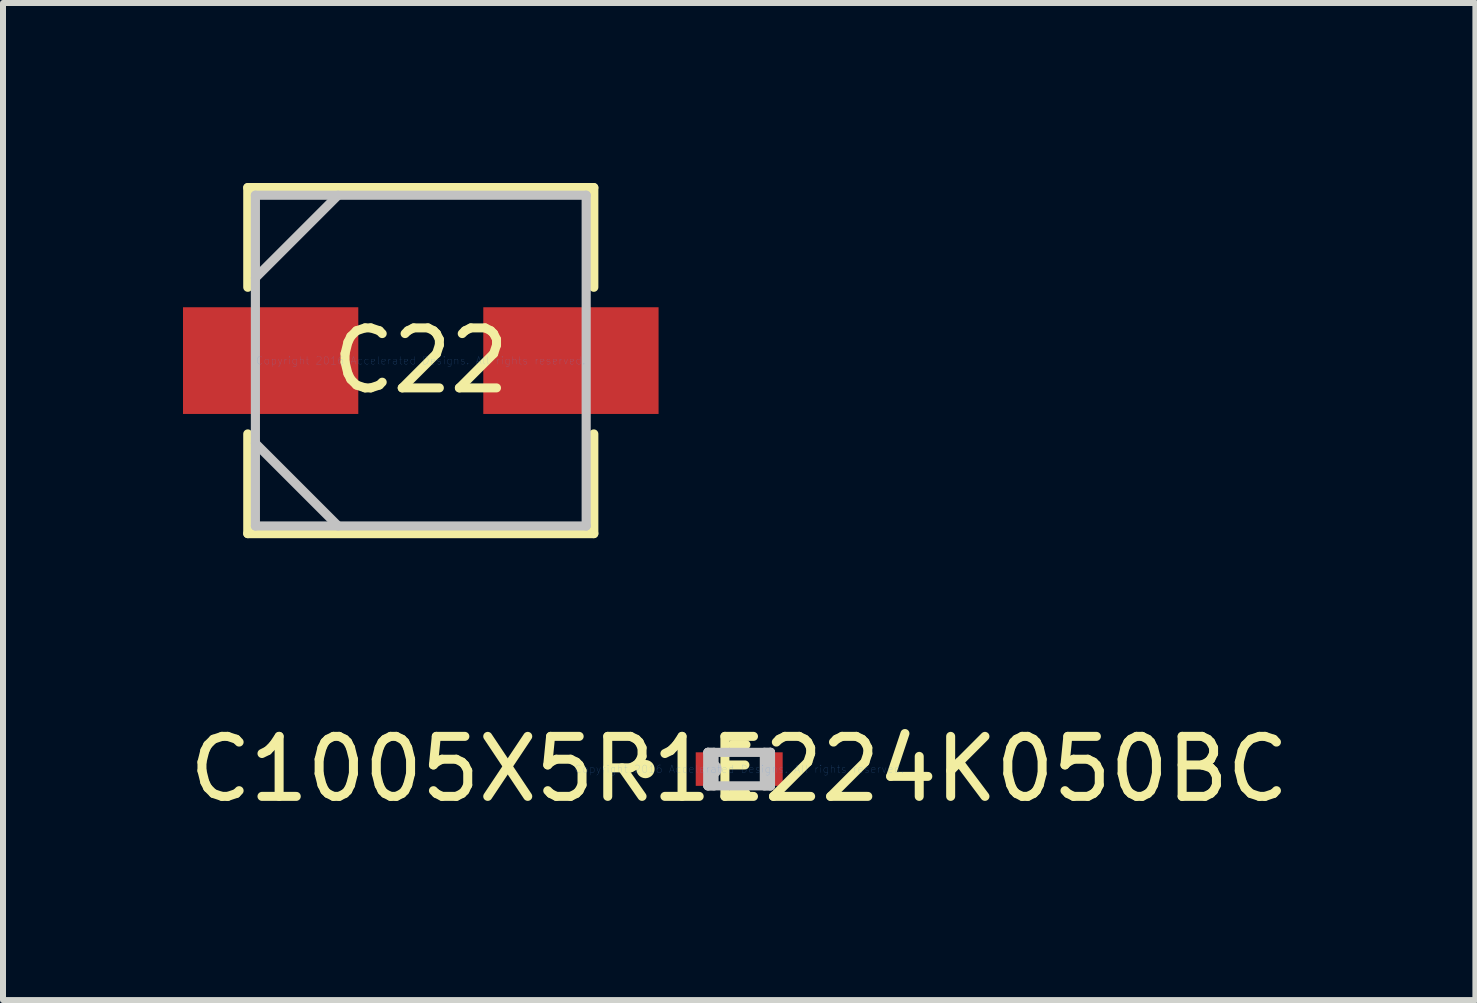
<source format=kicad_pcb>
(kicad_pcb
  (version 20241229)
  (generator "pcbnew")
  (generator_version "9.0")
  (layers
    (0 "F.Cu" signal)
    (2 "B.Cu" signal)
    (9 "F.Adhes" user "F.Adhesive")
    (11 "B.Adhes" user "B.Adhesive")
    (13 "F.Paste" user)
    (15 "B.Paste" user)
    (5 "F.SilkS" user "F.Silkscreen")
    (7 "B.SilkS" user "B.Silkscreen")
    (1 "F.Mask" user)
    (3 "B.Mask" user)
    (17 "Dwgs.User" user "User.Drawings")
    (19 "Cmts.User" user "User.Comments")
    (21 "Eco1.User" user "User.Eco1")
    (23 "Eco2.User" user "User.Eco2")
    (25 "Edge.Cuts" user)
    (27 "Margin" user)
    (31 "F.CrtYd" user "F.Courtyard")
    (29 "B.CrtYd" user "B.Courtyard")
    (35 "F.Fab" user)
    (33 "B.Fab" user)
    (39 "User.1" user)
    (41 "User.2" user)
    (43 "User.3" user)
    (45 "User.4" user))
  (footprint "C1005X5R1E224K050BC"
    (layer "F.Cu")
    (at 9.268 9.766)
    (property "Reference" "C1005X5R1E224K050BC" (at 0 0 0) (layer "F.SilkS") (effects (font (size 1 1) (thickness 0.15))))
    (attr through_hole)
    (fp_line (start -0.112 0.406) (end 0.112 0.406) (stroke (width 0.152) (type solid)) (layer "F.SilkS"))
    (fp_line (start 0.112 -0.406) (end -0.112 -0.406) (stroke (width 0.152) (type solid)) (layer "F.SilkS"))
    (fp_circle (center -1.562 0) (end -1.486 0) (stroke (width 0.152) (type solid)) (fill no) (layer "F.SilkS"))
    (fp_line (start -0.521 -0.279) (end -0.521 0.279) (stroke (width 0.152) (type solid)) (layer "Dwgs.User"))
    (fp_line (start -0.521 -0.279) (end -0.521 0.279) (stroke (width 0.152) (type solid)) (layer "Dwgs.User"))
    (fp_line (start -0.521 0.279) (end -0.419 0.279) (stroke (width 0.152) (type solid)) (layer "Dwgs.User"))
    (fp_line (start -0.521 0.279) (end 0.521 0.279) (stroke (width 0.152) (type solid)) (layer "Dwgs.User"))
    (fp_line (start -0.419 -0.279) (end -0.521 -0.279) (stroke (width 0.152) (type solid)) (layer "Dwgs.User"))
    (fp_line (start -0.419 0.279) (end -0.419 -0.279) (stroke (width 0.152) (type solid)) (layer "Dwgs.User"))
    (fp_line (start 0.419 -0.279) (end 0.419 0.279) (stroke (width 0.152) (type solid)) (layer "Dwgs.User"))
    (fp_line (start 0.419 0.279) (end 0.521 0.279) (stroke (width 0.152) (type solid)) (layer "Dwgs.User"))
    (fp_line (start 0.521 -0.279) (end -0.521 -0.279) (stroke (width 0.152) (type solid)) (layer "Dwgs.User"))
    (fp_line (start 0.521 -0.279) (end 0.419 -0.279) (stroke (width 0.152) (type solid)) (layer "Dwgs.User"))
    (fp_line (start 0.521 0.279) (end 0.521 -0.279) (stroke (width 0.152) (type solid)) (layer "Dwgs.User"))
    (fp_line (start 0.521 0.279) (end 0.521 -0.279) (stroke (width 0.152) (type solid)) (layer "Dwgs.User"))
    (fp_circle (center -0.445 0) (end -0.368 0) (stroke (width 0.152) (type solid)) (fill no) (layer "Dwgs.User"))
    (fp_text user "Copyright 2016 Accelerated Designs. All rights reserved." (at 0 0 0) (layer "Cmts.User") (effects (font (size 0.127 0.127) (thickness 0.002))))
    (pad "" smd rect (at -0.572 0) (size 0.305 0.559) (layers "F.Mask"))
    (pad "" smd rect (at -0.572 0) (size 0.305 0.559) (layers "F.Paste"))
    (pad "" smd rect (at 0.572 0) (size 0.305 0.559) (layers "F.Mask"))
    (pad "" smd rect (at 0.572 0) (size 0.305 0.559) (layers "F.Paste"))
    (pad "1" smd rect (at -0.572 0) (size 0.305 0.559) (layers "F.Cu"))
    (pad "2" smd rect (at 0.572 0) (size 0.305 0.559) (layers "F.Cu")))
  (footprint "C22"
    (layer "F.Cu")
    (at 3.962 2.959)
    (property "Reference" "C22" (at 0 0 0) (layer "F.SilkS") (effects (font (size 1 1) (thickness 0.15))))
    (attr through_hole)
    (fp_line (start -2.883 -2.883) (end -2.883 -1.222) (stroke (width 0.152) (type solid)) (layer "F.SilkS"))
    (fp_line (start -2.883 1.222) (end -2.883 2.883) (stroke (width 0.152) (type solid)) (layer "F.SilkS"))
    (fp_line (start -2.883 2.883) (end 2.883 2.883) (stroke (width 0.152) (type solid)) (layer "F.SilkS"))
    (fp_line (start 2.883 -2.883) (end -2.883 -2.883) (stroke (width 0.152) (type solid)) (layer "F.SilkS"))
    (fp_line (start 2.883 -1.222) (end 2.883 -2.883) (stroke (width 0.152) (type solid)) (layer "F.SilkS"))
    (fp_line (start 2.883 2.883) (end 2.883 1.222) (stroke (width 0.152) (type solid)) (layer "F.SilkS"))
    (fp_line (start -2.756 -2.756) (end -2.756 2.756) (stroke (width 0.152) (type solid)) (layer "Dwgs.User"))
    (fp_line (start -2.756 -1.378) (end -1.378 -2.756) (stroke (width 0.152) (type solid)) (layer "Dwgs.User"))
    (fp_line (start -2.756 1.378) (end -1.378 2.756) (stroke (width 0.152) (type solid)) (layer "Dwgs.User"))
    (fp_line (start -2.756 2.756) (end 2.756 2.756) (stroke (width 0.152) (type solid)) (layer "Dwgs.User"))
    (fp_line (start 2.756 -2.756) (end -2.756 -2.756) (stroke (width 0.152) (type solid)) (layer "Dwgs.User"))
    (fp_line (start 2.756 2.756) (end 2.756 -2.756) (stroke (width 0.152) (type solid)) (layer "Dwgs.User"))
    (fp_text user "Copyright 2016 Accelerated Designs. All rights reserved." (at 0 0 0) (layer "Cmts.User") (effects (font (size 0.127 0.127) (thickness 0.002))))
    (pad "" smd rect (at -2.502 0) (size 2.921 1.778) (layers "F.Mask"))
    (pad "" smd rect (at -2.502 0) (size 2.921 1.778) (layers "F.Paste"))
    (pad "" smd rect (at 2.502 0) (size 2.921 1.778) (layers "F.Mask"))
    (pad "" smd rect (at 2.502 0) (size 2.921 1.778) (layers "F.Paste"))
    (pad "1" smd rect (at -2.502 0) (size 2.921 1.778) (layers "F.Cu"))
    (pad "2" smd rect (at 2.502 0) (size 2.921 1.778) (layers "F.Cu")))
  (gr_rect
    (start -3 -3)
    (end 21.536 13.615)
    (stroke (width 0.1) (type default))
    (fill no)
    (layer "Edge.Cuts")))
</source>
